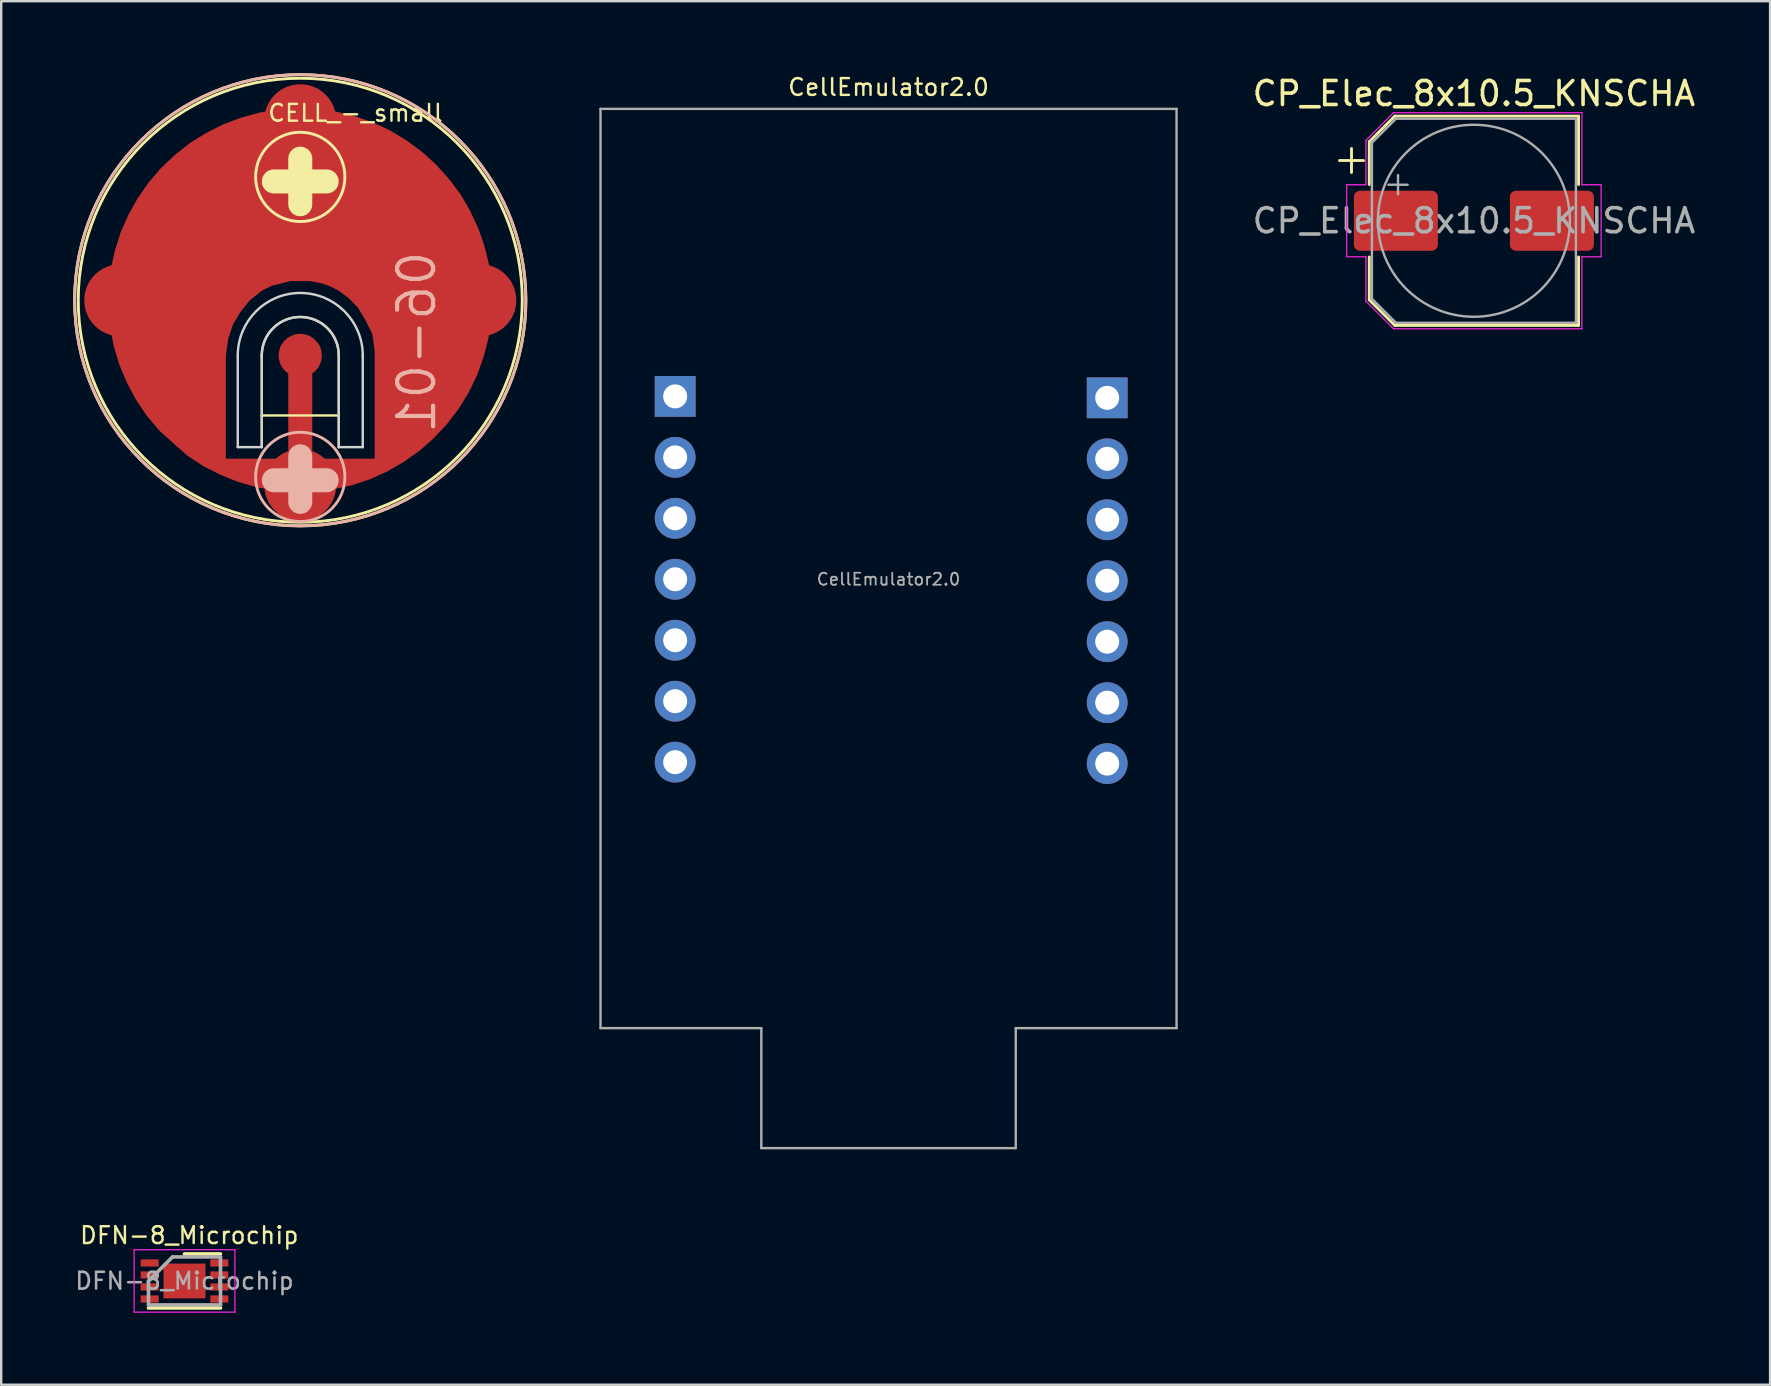
<source format=kicad_pcb>
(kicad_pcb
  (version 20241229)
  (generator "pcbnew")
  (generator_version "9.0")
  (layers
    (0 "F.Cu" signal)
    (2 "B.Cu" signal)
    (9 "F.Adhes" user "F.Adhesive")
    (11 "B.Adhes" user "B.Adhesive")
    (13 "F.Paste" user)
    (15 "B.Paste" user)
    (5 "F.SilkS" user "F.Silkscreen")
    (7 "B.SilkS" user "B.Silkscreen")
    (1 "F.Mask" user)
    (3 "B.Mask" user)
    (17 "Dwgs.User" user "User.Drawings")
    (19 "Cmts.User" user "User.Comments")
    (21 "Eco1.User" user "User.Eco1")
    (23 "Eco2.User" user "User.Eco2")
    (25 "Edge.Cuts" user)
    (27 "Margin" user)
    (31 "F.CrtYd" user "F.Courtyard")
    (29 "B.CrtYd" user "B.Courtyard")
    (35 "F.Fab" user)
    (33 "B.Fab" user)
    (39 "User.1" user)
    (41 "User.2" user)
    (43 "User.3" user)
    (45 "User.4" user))
  (footprint "CellEmulator2.0"
    (layer "F.Cu")
    (at 33.97 21.085)
    (property "Reference" "CellEmulator2.0" (at 0 -20.5 0) (layer "F.SilkS") (effects (font (size 0.7 0.7) (thickness 0.1))))
    (attr smd)
    (fp_line (start -12 -19.6) (end 12 -19.6) (stroke (width 0.1) (type solid)) (layer "F.Fab"))
    (fp_line (start -12 18.7) (end -12 -19.6) (stroke (width 0.1) (type solid)) (layer "F.Fab"))
    (fp_line (start -12 18.7) (end -5.3 18.7) (stroke (width 0.1) (type solid)) (layer "F.Fab"))
    (fp_line (start -5.3 18.7) (end -5.3 23.7) (stroke (width 0.1) (type solid)) (layer "F.Fab"))
    (fp_line (start -5.3 23.7) (end 5.3 23.7) (stroke (width 0.1) (type solid)) (layer "F.Fab"))
    (fp_line (start 5.3 18.7) (end 5.3 23.7) (stroke (width 0.1) (type solid)) (layer "F.Fab"))
    (fp_line (start 5.3 18.7) (end 12 18.7) (stroke (width 0.1) (type solid)) (layer "F.Fab"))
    (fp_line (start 12 -19.6) (end 12 18.7) (stroke (width 0.1) (type solid)) (layer "F.Fab"))
    (fp_text user "${REFERENCE}" (at 0 0 0) (layer "F.Fab") (effects (font (size 0.5 0.5) (thickness 0.075))))
    (pad "1" thru_hole rect (at -8.89 -7.62) (size 1.7 1.7) (drill 1) (layers "*.Cu" "*.Mask"))
    (pad "2" thru_hole oval (at -8.89 -5.08) (size 1.7 1.7) (drill 1) (layers "*.Cu" "*.Mask"))
    (pad "3" thru_hole oval (at -8.89 -2.54) (size 1.7 1.7) (drill 1) (layers "*.Cu" "*.Mask"))
    (pad "4" thru_hole oval (at -8.89 0) (size 1.7 1.7) (drill 1) (layers "*.Cu" "*.Mask"))
    (pad "5" thru_hole oval (at -8.89 2.54) (size 1.7 1.7) (drill 1) (layers "*.Cu" "*.Mask"))
    (pad "6" thru_hole oval (at -8.89 5.08) (size 1.7 1.7) (drill 1) (layers "*.Cu" "*.Mask"))
    (pad "7" thru_hole oval (at -8.89 7.62) (size 1.7 1.7) (drill 1) (layers "*.Cu" "*.Mask"))
    (pad "8" thru_hole rect (at 9.11 -7.56) (size 1.7 1.7) (drill 1) (layers "*.Cu" "*.Mask"))
    (pad "9" thru_hole oval (at 9.11 -5.02) (size 1.7 1.7) (drill 1) (layers "*.Cu" "*.Mask"))
    (pad "10" thru_hole oval (at 9.11 -2.48) (size 1.7 1.7) (drill 1) (layers "*.Cu" "*.Mask"))
    (pad "11" thru_hole oval (at 9.11 0.06) (size 1.7 1.7) (drill 1) (layers "*.Cu" "*.Mask"))
    (pad "12" thru_hole oval (at 9.11 2.6) (size 1.7 1.7) (drill 1) (layers "*.Cu" "*.Mask"))
    (pad "13" thru_hole oval (at 9.11 5.14) (size 1.7 1.7) (drill 1) (layers "*.Cu" "*.Mask"))
    (pad "14" thru_hole oval (at 9.11 7.68) (size 1.7 1.7) (drill 1) (layers "*.Cu" "*.Mask")))
  (footprint "DFN-8_Microchip"
    (layer "F.Cu")
    (at 4.637 50.32)
    (property "Reference" "DFN-8_Microchip" (at 0.2 -1.9 0) (layer "F.SilkS") (effects (font (size 0.7 0.7) (thickness 0.1))))
    (attr smd)
    (fp_line (start -1.5 1.125) (end 1.5 1.125) (stroke (width 0.15) (type solid)) (layer "F.SilkS"))
    (fp_line (start 0 -1.125) (end 1.5 -1.125) (stroke (width 0.15) (type solid)) (layer "F.SilkS"))
    (fp_line (start -2.1 -1.3) (end -2.1 1.3) (stroke (width 0.05) (type solid)) (layer "F.CrtYd"))
    (fp_line (start -2.1 -1.3) (end 2.1 -1.3) (stroke (width 0.05) (type solid)) (layer "F.CrtYd"))
    (fp_line (start -2.1 1.3) (end 2.1 1.3) (stroke (width 0.05) (type solid)) (layer "F.CrtYd"))
    (fp_line (start 2.1 -1.3) (end 2.1 1.3) (stroke (width 0.05) (type solid)) (layer "F.CrtYd"))
    (fp_line (start -1.5 0) (end -0.5 -1) (stroke (width 0.15) (type solid)) (layer "F.Fab"))
    (fp_line (start -1.5 1) (end -1.5 0) (stroke (width 0.15) (type solid)) (layer "F.Fab"))
    (fp_line (start -0.5 -1) (end 1.5 -1) (stroke (width 0.15) (type solid)) (layer "F.Fab"))
    (fp_line (start 1.5 -1) (end 1.5 1) (stroke (width 0.15) (type solid)) (layer "F.Fab"))
    (fp_line (start 1.5 1) (end -1.5 1) (stroke (width 0.15) (type solid)) (layer "F.Fab"))
    (fp_text user "${REFERENCE}" (at 0 0 0) (layer "F.Fab") (effects (font (size 0.7 0.7) (thickness 0.105))))
    (pad "" smd rect (at -0.438 -0.362) (size 0.71 0.58) (layers "F.Paste"))
    (pad "" smd rect (at -0.438 0.362) (size 0.71 0.58) (layers "F.Paste"))
    (pad "" smd rect (at 0.438 -0.362) (size 0.71 0.58) (layers "F.Paste"))
    (pad "" smd rect (at 0.438 0.362) (size 0.71 0.58) (layers "F.Paste"))
    (pad "1" smd rect (at -1.45 -0.75) (size 0.75 0.3) (layers "F.Cu" "F.Mask" "F.Paste"))
    (pad "2" smd rect (at -1.45 -0.25) (size 0.75 0.3) (layers "F.Cu" "F.Mask" "F.Paste"))
    (pad "3" smd rect (at -1.45 0.25) (size 0.75 0.3) (layers "F.Cu" "F.Mask" "F.Paste"))
    (pad "4" smd rect (at -1.45 0.75) (size 0.75 0.3) (layers "F.Cu" "F.Mask" "F.Paste"))
    (pad "5" smd rect (at 1.45 0.75) (size 0.75 0.3) (layers "F.Cu" "F.Mask" "F.Paste"))
    (pad "6" smd rect (at 1.45 0.25) (size 0.75 0.3) (layers "F.Cu" "F.Mask" "F.Paste"))
    (pad "7" smd rect (at 1.45 -0.25) (size 0.75 0.3) (layers "F.Cu" "F.Mask" "F.Paste"))
    (pad "8" smd rect (at 1.45 -0.75) (size 0.75 0.3) (layers "F.Cu" "F.Mask" "F.Paste"))
    (pad "9" smd rect (at 0 0) (size 1.75 1.45) (layers "F.Cu" "F.Mask")))
  (footprint "CP_Elec_8x10.5_KNSCHA"
    (layer "F.Cu")
    (at 58.359 6.148)
    (property "Reference" "CP_Elec_8x10.5_KNSCHA" (at 0 -5.3 0) (layer "F.SilkS") (effects (font (size 1 1) (thickness 0.15))))
    (attr smd)
    (fp_line (start -5.6 -2.51) (end -4.6 -2.51) (stroke (width 0.12) (type solid)) (layer "F.SilkS"))
    (fp_line (start -5.1 -3.01) (end -5.1 -2.01) (stroke (width 0.12) (type solid)) (layer "F.SilkS"))
    (fp_line (start -4.36 -3.296) (end -4.36 -1.51) (stroke (width 0.12) (type solid)) (layer "F.SilkS"))
    (fp_line (start -4.36 -3.296) (end -3.296 -4.36) (stroke (width 0.12) (type solid)) (layer "F.SilkS"))
    (fp_line (start -4.36 3.296) (end -4.36 1.51) (stroke (width 0.12) (type solid)) (layer "F.SilkS"))
    (fp_line (start -4.36 3.296) (end -3.296 4.36) (stroke (width 0.12) (type solid)) (layer "F.SilkS"))
    (fp_line (start -3.296 -4.36) (end 4.36 -4.36) (stroke (width 0.12) (type solid)) (layer "F.SilkS"))
    (fp_line (start -3.296 4.36) (end 4.36 4.36) (stroke (width 0.12) (type solid)) (layer "F.SilkS"))
    (fp_line (start 4.36 -4.36) (end 4.36 -1.51) (stroke (width 0.12) (type solid)) (layer "F.SilkS"))
    (fp_line (start 4.36 4.36) (end 4.36 1.51) (stroke (width 0.12) (type solid)) (layer "F.SilkS"))
    (fp_line (start -5.3 -1.5) (end -5.3 1.5) (stroke (width 0.05) (type solid)) (layer "F.CrtYd"))
    (fp_line (start -5.3 1.5) (end -4.5 1.5) (stroke (width 0.05) (type solid)) (layer "F.CrtYd"))
    (fp_line (start -4.5 -3.35) (end -4.5 -1.5) (stroke (width 0.05) (type solid)) (layer "F.CrtYd"))
    (fp_line (start -4.5 -3.35) (end -3.35 -4.5) (stroke (width 0.05) (type solid)) (layer "F.CrtYd"))
    (fp_line (start -4.5 -1.5) (end -5.3 -1.5) (stroke (width 0.05) (type solid)) (layer "F.CrtYd"))
    (fp_line (start -4.5 1.5) (end -4.5 3.35) (stroke (width 0.05) (type solid)) (layer "F.CrtYd"))
    (fp_line (start -4.5 3.35) (end -3.35 4.5) (stroke (width 0.05) (type solid)) (layer "F.CrtYd"))
    (fp_line (start -3.35 -4.5) (end 4.5 -4.5) (stroke (width 0.05) (type solid)) (layer "F.CrtYd"))
    (fp_line (start -3.35 4.5) (end 4.5 4.5) (stroke (width 0.05) (type solid)) (layer "F.CrtYd"))
    (fp_line (start 4.5 -4.5) (end 4.5 -1.5) (stroke (width 0.05) (type solid)) (layer "F.CrtYd"))
    (fp_line (start 4.5 -1.5) (end 5.3 -1.5) (stroke (width 0.05) (type solid)) (layer "F.CrtYd"))
    (fp_line (start 4.5 1.5) (end 4.5 4.5) (stroke (width 0.05) (type solid)) (layer "F.CrtYd"))
    (fp_line (start 5.3 -1.5) (end 5.3 1.5) (stroke (width 0.05) (type solid)) (layer "F.CrtYd"))
    (fp_line (start 5.3 1.5) (end 4.5 1.5) (stroke (width 0.05) (type solid)) (layer "F.CrtYd"))
    (fp_line (start -4.25 -3.25) (end -4.25 3.25) (stroke (width 0.1) (type solid)) (layer "F.Fab"))
    (fp_line (start -4.25 -3.25) (end -3.25 -4.25) (stroke (width 0.1) (type solid)) (layer "F.Fab"))
    (fp_line (start -4.25 3.25) (end -3.25 4.25) (stroke (width 0.1) (type solid)) (layer "F.Fab"))
    (fp_line (start -3.562 -1.5) (end -2.762 -1.5) (stroke (width 0.1) (type solid)) (layer "F.Fab"))
    (fp_line (start -3.25 -4.25) (end 4.25 -4.25) (stroke (width 0.1) (type solid)) (layer "F.Fab"))
    (fp_line (start -3.25 4.25) (end 4.25 4.25) (stroke (width 0.1) (type solid)) (layer "F.Fab"))
    (fp_line (start -3.162 -1.9) (end -3.162 -1.1) (stroke (width 0.1) (type solid)) (layer "F.Fab"))
    (fp_line (start 4.25 -4.25) (end 4.25 4.25) (stroke (width 0.1) (type solid)) (layer "F.Fab"))
    (fp_circle (center 0 0) (end 4 0) (stroke (width 0.1) (type solid)) (fill no) (layer "F.Fab"))
    (fp_text user "${REFERENCE}" (at 0 0 0) (layer "F.Fab") (effects (font (size 1 1) (thickness 0.15))))
    (pad "1" smd roundrect (at -3.25 0) (size 3.5 2.5) (layers "F.Cu" "F.Mask" "F.Paste") (roundrect_rratio 0.1))
    (pad "2" smd roundrect (at 3.25 0) (size 3.5 2.5) (layers "F.Cu" "F.Mask" "F.Paste") (roundrect_rratio 0.1)))
  (footprint "CELL_-_small"
    (layer "F.Cu")
    (at 9.46 9.46)
    (property "Reference" "CELL_-_small" (at 2.3 -7.8 0) (layer "F.SilkS") (effects (font (size 0.7 0.7) (thickness 0.1))))
    (property "Number" "06-01" (at 0 0 0) (layer "F.Fab") (hide yes) (effects (font (size 1.27 1.27) (thickness 0.15))))
    (attr smd)
    (fp_line (start -1.604 4.8) (end 1.604 4.8) (stroke (width 0.1) (type solid)) (layer "F.SilkS"))
    (fp_line (start -1.1 -4.95) (end 1.1 -4.95) (stroke (width 1) (type solid)) (layer "F.SilkS"))
    (fp_line (start 0 -5.9) (end 0 -4) (stroke (width 1) (type solid)) (layer "F.SilkS"))
    (fp_circle (center 0 -5.14) (end -1.5 -6.24) (stroke (width 0.12) (type solid)) (fill no) (layer "F.SilkS"))
    (fp_circle (center 0 0) (end 9.25 0) (stroke (width 0.12) (type solid)) (fill no) (layer "F.SilkS"))
    (fp_circle (center 0 0) (end 9.4 0) (stroke (width 0.12) (type solid)) (fill no) (layer "F.SilkS"))
    (fp_line (start -1.604 6.119) (end -1.604 2.3) (stroke (width 0.1) (type solid)) (layer "B.SilkS"))
    (fp_line (start -1.1 7.5) (end 1.1 7.5) (stroke (width 1) (type solid)) (layer "B.SilkS"))
    (fp_line (start 0 6.5) (end 0 8.4) (stroke (width 1) (type solid)) (layer "B.SilkS"))
    (fp_line (start 1.604 2.3) (end 1.604 6.119) (stroke (width 0.1) (type solid)) (layer "B.SilkS"))
    (fp_arc (start -1.604005 2.3) (mid 0 0.695995) (end 1.604005 2.3) (stroke (width 0.1) (type solid)) (layer "B.SilkS"))
    (fp_circle (center 0 0) (end 9.4 0) (stroke (width 0.12) (type solid)) (fill no) (layer "B.SilkS"))
    (fp_circle (center 0 7.36) (end 1.86 7.36) (stroke (width 0.12) (type solid)) (fill no) (layer "B.SilkS"))
    (fp_line (start -2.604 2.3) (end -2.604 6.119) (stroke (width 0.1) (type solid)) (layer "Edge.Cuts"))
    (fp_line (start -1.604 6.119) (end -2.604 6.119) (stroke (width 0.1) (type solid)) (layer "Edge.Cuts"))
    (fp_line (start -1.604 6.119) (end -1.604 2.3) (stroke (width 0.1) (type solid)) (layer "Edge.Cuts"))
    (fp_line (start 1.604 2.3) (end 1.604 6.119) (stroke (width 0.1) (type solid)) (layer "Edge.Cuts"))
    (fp_line (start 1.604 6.119) (end 2.604 6.119) (stroke (width 0.1) (type solid)) (layer "Edge.Cuts"))
    (fp_line (start 2.604 6.119) (end 2.604 2.3) (stroke (width 0.1) (type solid)) (layer "Edge.Cuts"))
    (fp_arc (start -2.603817 2.3) (mid 0 -0.303817) (end 2.603817 2.3) (stroke (width 0.1) (type solid)) (layer "Edge.Cuts"))
    (fp_arc (start -1.604005 2.3) (mid 0 0.695995) (end 1.604005 2.3) (stroke (width 0.1) (type solid)) (layer "Edge.Cuts"))
    (fp_text user "${Number}" (at 4.85 1.75 90) (layer "B.SilkS") (effects (font (size 1.5 1.5) (thickness 0.175)) (justify mirror)))
    (pad "" smd circle (at 0 2.3) (size 1.8 1.8) (layers "F.Mask"))
    (pad "" smd circle (at 0 2.3) (size 3.3 3.3) (layers "F.Paste"))
    (pad "" smd rect (at 0 3.6) (size 3.3 2.5) (layers "F.Paste"))
    (pad "1" smd circle (at -7.5 0) (size 3 3) (layers "F.Cu"))
    (pad "1" smd circle (at 0 -7.5) (size 3 3) (layers "F.Cu"))
    (pad "1" smd custom (at 0 -3) (size 3 3) (layers "F.Cu") (options (anchor circle)) (primitives (gr_poly (pts (xy -6.41 7.79) (xy -6.86 7.12) (xy -7.23 6.42) (xy -7.54 5.68) (xy -7.77 4.91) (xy -7.92 4.13) (xy -7.99 3.33) (xy -7.99 2.53) (xy -7.9 1.74) (xy -7.73 0.96) (xy -7.49 0.19) (xy -7.17 -0.54) (xy -6.78 -1.24) (xy -6.33 -1.89) (xy -5.81 -2.5) (xy -5.23 -3.05) (xy -4.6 -3.55) (xy -3.92 -3.97) (xy -3.21 -4.33) (xy -2.46 -4.61) (xy -1.69 -4.82) (xy -0.9 -4.95) (xy -0.1 -5) (xy 0.7 -4.97) (xy 1.49 -4.86) (xy 2.27 -4.67) (xy 3.02 -4.41) (xy 3.75 -4.07) (xy 4.43 -3.66) (xy 5.08 -3.18) (xy 5.67 -2.64) (xy 6.2 -2.05) (xy 6.68 -1.41) (xy 7.08 -0.72) (xy 7.42 0.01) (xy 7.68 0.76) (xy 7.87 1.54) (xy 7.97 2.34) (xy 7.995 3) (xy 8 3) (xy 7.997 3.056) (xy 8 3.13) (xy 7.994 3.13) (xy 7.96 3.8) (xy 7.84 4.59) (xy 7.64 5.36) (xy 7.37 6.12) (xy 7.02 6.84) (xy 6.6 7.52) (xy 6.12 8.15) (xy 5.57 8.74) (xy 4.97 9.27) (xy 4.32 9.73) (xy 3.63 10.13) (xy 2.9 10.46) (xy 2.14 10.71) (xy 1.36 10.88) (xy 0.57 10.98) (xy -0.23 11) (xy -1.03 10.93) (xy -1.82 10.79) (xy -2.59 10.57) (xy -3.33 10.27) (xy -4.04 9.91) (xy -4.71 9.47) (xy -5.8 8.5) (xy -3.1 9.6) (xy -0.5 9.6) (xy -0.5 6.05) (xy -0.6 5.971) (xy -0.66 5.91) (xy -0.711 5.85) (xy -0.76 5.78) (xy -0.81 5.7) (xy -0.84 5.62) (xy -0.87 5.52) (xy -0.89 5.43) (xy -0.9 5.32) (xy -0.89 5.16) (xy -0.86 5.04) (xy -0.83 4.94) (xy -0.77 4.841) (xy -0.72 4.76) (xy -0.65 4.68) (xy -0.6 4.63) (xy -0.53 4.57) (xy -0.43 4.51) (xy -0.32 4.46) (xy -0.22 4.42) (xy -0.08 4.4) (xy 0.03 4.4) (xy 0.13 4.41) (xy 0.23 4.43) (xy 0.35 4.47) (xy 0.45 4.52) (xy 0.55 4.59) (xy 0.63 4.66) (xy 0.71 4.75) (xy 0.78 4.85) (xy 0.84 4.97) (xy 0.88 5.1) (xy 0.89 5.2) (xy 0.9 5.33) (xy 0.89 5.43) (xy 0.86 5.57) (xy 0.81 5.69) (xy 0.75 5.8) (xy 0.67 5.9) (xy 0.59 5.98) (xy 0.5 6.05) (xy 0.5 9.6) (xy 3.1 9.6) (xy 3.1 5.1) (xy 3 4.4) (xy 2.7 3.8) (xy 2.4 3.3) (xy 2 2.9) (xy 1.6 2.6) (xy 1.2 2.4) (xy 0.9 2.3) (xy 0.4 2.2) (xy 0 2.2) (xy -0.4 2.2) (xy -0.8 2.3) (xy -1.2 2.4) (xy -1.6 2.6) (xy -2.1 3) (xy -2.5 3.5) (xy -2.8 4) (xy -3 4.6) (xy -3.1 5.3) (xy -3.1 9.6) (xy -5.8 8.5) (xy -5.9 8.4)) (width 0) (fill yes))))
    (pad "1" smd circle (at 0 7.7) (size 3 3) (layers "F.Cu"))
    (pad "1" smd circle (at 7.5 0) (size 3 3) (layers "F.Cu"))
    (zone (net_name "") (layers "F.Cu" "B.Cu") (hatch edge 0.508) (connect_pads) (min_thickness 0.254) (filled_areas_thickness no) (keepout (tracks not_allowed) (vias not_allowed) (pads allowed) (copperpour not_allowed) (footprints allowed)) (placement (enabled no)) (fill) (polygon (pts (xy 11.11 11.812) (xy 11.06 11.26) (xy 10.86 10.86) (xy 10.51 10.46) (xy 10.11 10.21) (xy 9.51 10.06) (xy 9.5 10.862) (xy 9.68 10.892) (xy 9.85 10.952) (xy 10 11.042) (xy 10.13 11.162) (xy 10.215 11.272) (xy 10.28 11.392) (xy 10.34 11.562) (xy 10.36 11.742) (xy 10.355 11.877) (xy 10.33 12.012) (xy 10.28 12.132) (xy 10.21 12.252) (xy 10.1 12.392) (xy 9.96 12.512) (xy 8.96 12.512) (xy 8.82 12.392) (xy 8.71 12.252) (xy 8.62 12.102) (xy 8.565 11.877) (xy 8.57 11.652) (xy 8.61 11.482) (xy 8.68 11.312) (xy 8.78 11.172) (xy 8.91 11.042) (xy 9.07 10.952) (xy 9.24 10.892) (xy 9.41 10.862) (xy 9.41 10.06) (xy 8.96 10.16) (xy 8.76 10.26) (xy 8.36 10.46) (xy 8.06 10.86) (xy 7.86 11.26) (xy 7.81 11.662) (xy 7.81 12.162) (xy 7.81 12.662) (xy 7.781 15.662) (xy 11.081 15.652) (xy 11.11 12.512)))))
  (gr_rect
    (start -3 -3)
    (end 70.699 54.645)
    (stroke (width 0.1) (type default))
    (fill no)
    (layer "Edge.Cuts")))
</source>
